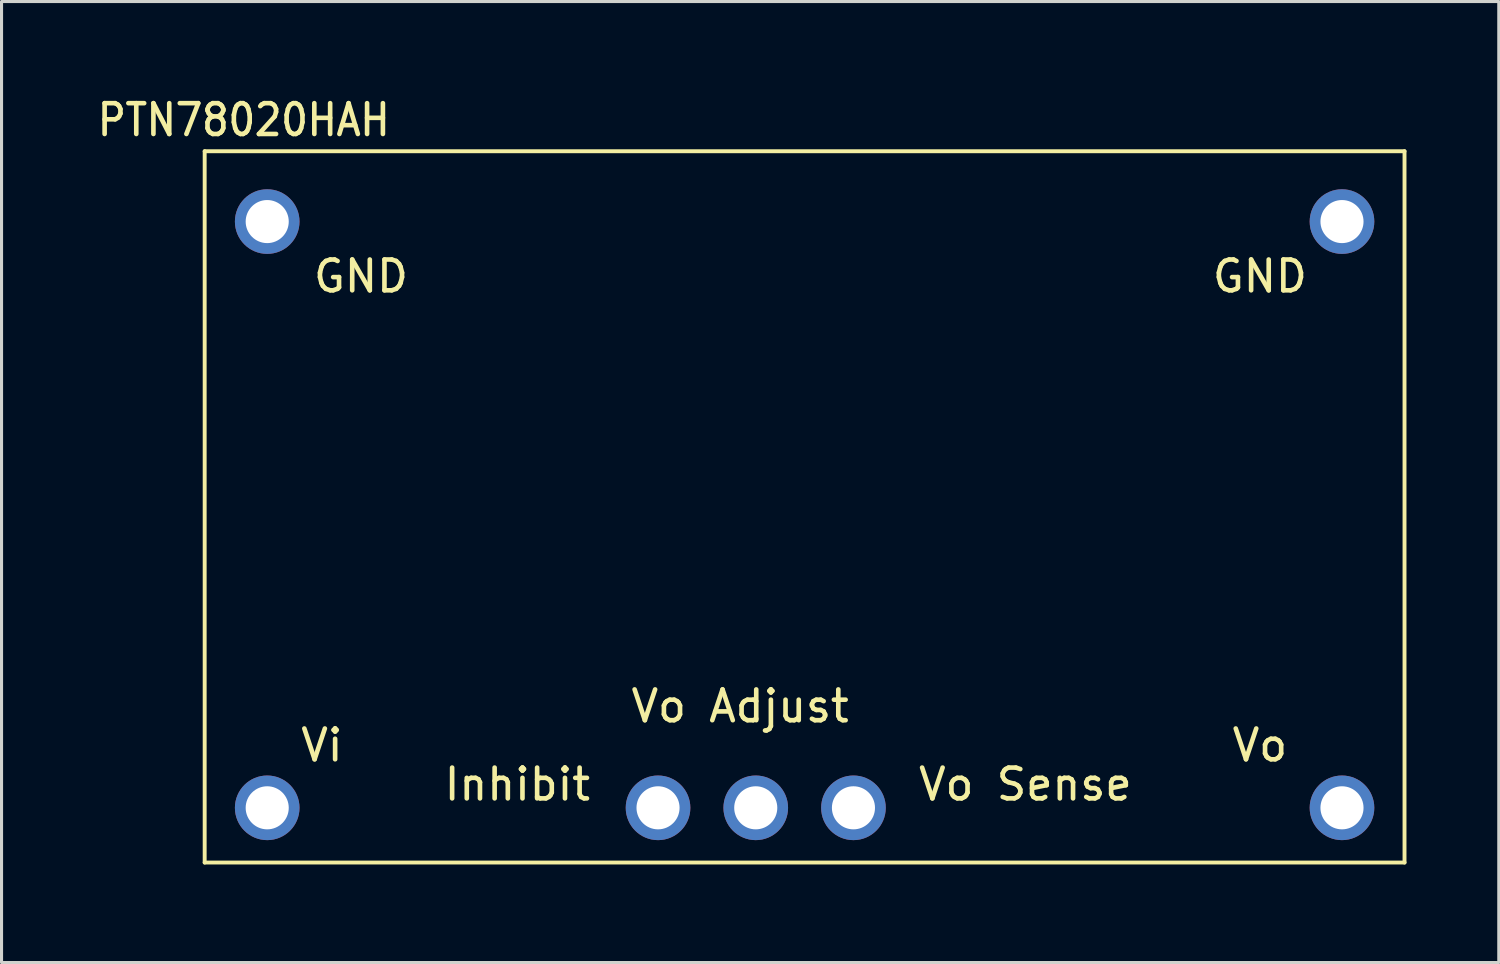
<source format=kicad_pcb>
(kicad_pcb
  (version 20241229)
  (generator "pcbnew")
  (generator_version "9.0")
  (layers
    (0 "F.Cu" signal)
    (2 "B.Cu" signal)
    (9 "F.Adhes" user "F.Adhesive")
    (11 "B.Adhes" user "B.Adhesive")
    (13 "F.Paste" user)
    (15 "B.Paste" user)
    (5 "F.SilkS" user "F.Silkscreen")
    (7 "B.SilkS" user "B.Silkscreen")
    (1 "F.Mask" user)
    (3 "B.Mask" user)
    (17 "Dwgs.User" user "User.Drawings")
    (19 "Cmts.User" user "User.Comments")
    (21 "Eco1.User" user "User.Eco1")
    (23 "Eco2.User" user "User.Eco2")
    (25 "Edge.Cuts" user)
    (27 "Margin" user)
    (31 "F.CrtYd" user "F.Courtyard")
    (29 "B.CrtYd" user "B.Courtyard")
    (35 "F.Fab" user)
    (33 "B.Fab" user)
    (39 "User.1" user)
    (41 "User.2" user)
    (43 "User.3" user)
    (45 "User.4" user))
  (footprint "PTN78020HAH"
    (layer "F.Cu")
    (at 3.601 24.978)
    (property "Reference" "PTN78020HAH" (at 1.27 -24.13 0) (layer "F.SilkS") (effects (font (size 1 0.9) (thickness 0.15))))
    (attr through_hole)
    (fp_line (start 0 -23.114) (end 0 0) (stroke (width 0.127) (type solid)) (layer "F.SilkS"))
    (fp_line (start 0 0) (end 38.989 0) (stroke (width 0.127) (type solid)) (layer "F.SilkS"))
    (fp_line (start 38.989 -23.114) (end 0 -23.114) (stroke (width 0.127) (type solid)) (layer "F.SilkS"))
    (fp_line (start 38.989 0) (end 38.989 -23.114) (stroke (width 0.127) (type solid)) (layer "F.SilkS"))
    (fp_text user "GND" (at 5.08 -19.05 0) (layer "F.SilkS") (effects (font (size 1 1) (thickness 0.15))))
    (fp_text user "Vo Sense" (at 26.67 -2.54 0) (layer "F.SilkS") (effects (font (size 1 1) (thickness 0.15))))
    (fp_text user "GND" (at 34.29 -19.05 0) (layer "F.SilkS") (effects (font (size 1 1) (thickness 0.15))))
    (fp_text user "Vo" (at 34.29 -3.81 0) (layer "F.SilkS") (effects (font (size 1 1) (thickness 0.15))))
    (fp_text user "Inhibit" (at 10.16 -2.54 0) (layer "F.SilkS") (effects (font (size 1 1) (thickness 0.15))))
    (fp_text user "Vo Adjust " (at 17.78 -5.08 0) (layer "F.SilkS") (effects (font (size 1 1) (thickness 0.15))))
    (fp_text user "Vi" (at 3.81 -3.81 0) (layer "F.SilkS") (effects (font (size 1 1) (thickness 0.15))))
    (pad "1" thru_hole circle (at 2.032 -20.828) (size 2.1 2.1) (drill 1.4) (layers "*.Cu" "*.Mask"))
    (pad "2" thru_hole circle (at 2.032 -1.778) (size 2.1 2.1) (drill 1.4) (layers "*.Cu" "*.Mask"))
    (pad "3" thru_hole circle (at 14.732 -1.778) (size 2.1 2.1) (drill 1.4) (layers "*.Cu" "*.Mask"))
    (pad "4" thru_hole circle (at 17.907 -1.778) (size 2.1 2.1) (drill 1.4) (layers "*.Cu" "*.Mask"))
    (pad "5" thru_hole circle (at 21.082 -1.778) (size 2.1 2.1) (drill 1.4) (layers "*.Cu" "*.Mask"))
    (pad "6" thru_hole circle (at 36.957 -1.778) (size 2.1 2.1) (drill 1.4) (layers "*.Cu" "*.Mask"))
    (pad "7" thru_hole circle (at 36.957 -20.828) (size 2.1 2.1) (drill 1.4) (layers "*.Cu" "*.Mask")))
  (gr_rect
    (start -3 -3)
    (end 45.653 28.228)
    (stroke (width 0.1) (type default))
    (fill no)
    (layer "Edge.Cuts")))
</source>
